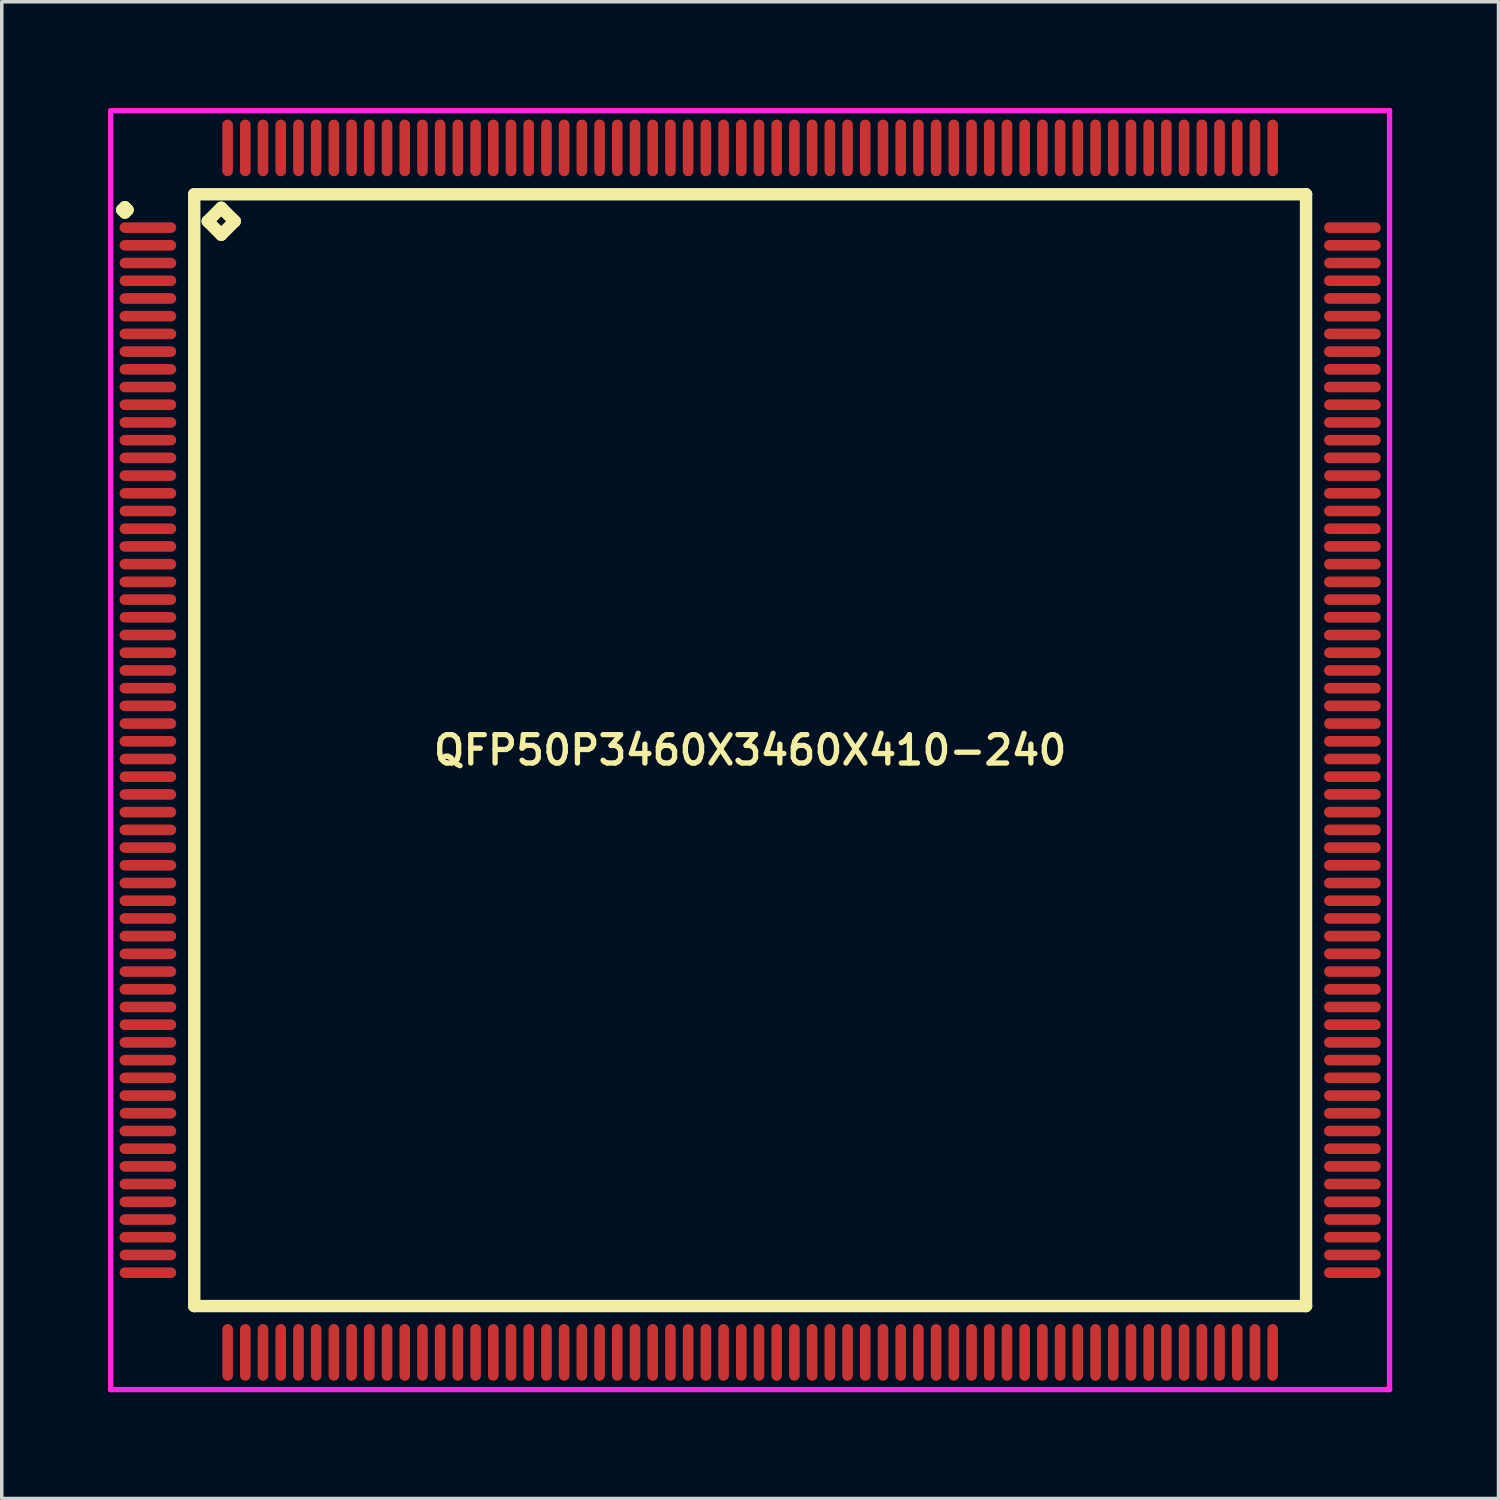
<source format=kicad_pcb>
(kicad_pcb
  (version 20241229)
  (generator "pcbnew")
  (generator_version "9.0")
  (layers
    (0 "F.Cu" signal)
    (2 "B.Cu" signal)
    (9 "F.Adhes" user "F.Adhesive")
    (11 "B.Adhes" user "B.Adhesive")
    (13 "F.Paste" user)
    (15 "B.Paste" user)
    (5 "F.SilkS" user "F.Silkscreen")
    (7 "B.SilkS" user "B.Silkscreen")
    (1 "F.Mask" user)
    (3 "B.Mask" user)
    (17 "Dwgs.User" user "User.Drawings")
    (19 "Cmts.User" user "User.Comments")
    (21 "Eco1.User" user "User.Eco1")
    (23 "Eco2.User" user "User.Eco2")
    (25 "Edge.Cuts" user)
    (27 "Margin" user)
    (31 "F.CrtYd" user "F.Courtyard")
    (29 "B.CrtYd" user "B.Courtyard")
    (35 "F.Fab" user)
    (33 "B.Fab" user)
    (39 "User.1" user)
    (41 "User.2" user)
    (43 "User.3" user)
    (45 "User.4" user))
  (footprint "QFP50P3460X3460X410-240"
    (layer "F.Cu")
    (at 18.125 18.125)
    (property "Reference" "QFP50P3460X3460X410-240" (at 0 0 0) (layer "F.SilkS") (effects (font (size 0.8 0.8) (thickness 0.15))))
    (attr smd)
    (fp_line (start -17.725 -15.25) (end -17.65 -15.325) (stroke (width 0.35) (type solid)) (layer "F.SilkS"))
    (fp_line (start -17.65 -15.325) (end -17.575 -15.25) (stroke (width 0.35) (type solid)) (layer "F.SilkS"))
    (fp_line (start -17.65 -15.175) (end -17.725 -15.25) (stroke (width 0.35) (type solid)) (layer "F.SilkS"))
    (fp_line (start -17.575 -15.25) (end -17.65 -15.175) (stroke (width 0.35) (type solid)) (layer "F.SilkS"))
    (fp_line (start -15.692 -15.692) (end -15.692 15.692) (stroke (width 0.35) (type solid)) (layer "F.SilkS"))
    (fp_line (start -15.692 15.692) (end 15.692 15.692) (stroke (width 0.35) (type solid)) (layer "F.SilkS"))
    (fp_line (start -15.311 -14.93) (end -14.93 -15.311) (stroke (width 0.35) (type solid)) (layer "F.SilkS"))
    (fp_line (start -14.93 -15.311) (end -14.549 -14.93) (stroke (width 0.35) (type solid)) (layer "F.SilkS"))
    (fp_line (start -14.93 -14.549) (end -15.311 -14.93) (stroke (width 0.35) (type solid)) (layer "F.SilkS"))
    (fp_line (start -14.549 -14.93) (end -14.93 -14.549) (stroke (width 0.35) (type solid)) (layer "F.SilkS"))
    (fp_line (start 15.692 -15.692) (end -15.692 -15.692) (stroke (width 0.35) (type solid)) (layer "F.SilkS"))
    (fp_line (start 15.692 15.692) (end 15.692 -15.692) (stroke (width 0.35) (type solid)) (layer "F.SilkS"))
    (fp_line (start -18.05 -18.05) (end 18.05 -18.05) (stroke (width 0.15) (type solid)) (layer "F.CrtYd"))
    (fp_line (start -18.05 18.05) (end -18.05 -18.05) (stroke (width 0.15) (type solid)) (layer "F.CrtYd"))
    (fp_line (start 18.05 -18.05) (end 18.05 18.05) (stroke (width 0.15) (type solid)) (layer "F.CrtYd"))
    (fp_line (start 18.05 18.05) (end -18.05 18.05) (stroke (width 0.15) (type solid)) (layer "F.CrtYd"))
    (pad "1" smd oval (at -17 -14.75) (size 1.6 0.3) (layers "F.Cu" "F.Mask" "F.Paste"))
    (pad "2" smd oval (at -17 -14.25) (size 1.6 0.3) (layers "F.Cu" "F.Mask" "F.Paste"))
    (pad "3" smd oval (at -17 -13.75) (size 1.6 0.3) (layers "F.Cu" "F.Mask" "F.Paste"))
    (pad "4" smd oval (at -17 -13.25) (size 1.6 0.3) (layers "F.Cu" "F.Mask" "F.Paste"))
    (pad "5" smd oval (at -17 -12.75) (size 1.6 0.3) (layers "F.Cu" "F.Mask" "F.Paste"))
    (pad "6" smd oval (at -17 -12.25) (size 1.6 0.3) (layers "F.Cu" "F.Mask" "F.Paste"))
    (pad "7" smd oval (at -17 -11.75) (size 1.6 0.3) (layers "F.Cu" "F.Mask" "F.Paste"))
    (pad "8" smd oval (at -17 -11.25) (size 1.6 0.3) (layers "F.Cu" "F.Mask" "F.Paste"))
    (pad "9" smd oval (at -17 -10.75) (size 1.6 0.3) (layers "F.Cu" "F.Mask" "F.Paste"))
    (pad "10" smd oval (at -17 -10.25) (size 1.6 0.3) (layers "F.Cu" "F.Mask" "F.Paste"))
    (pad "11" smd oval (at -17 -9.75) (size 1.6 0.3) (layers "F.Cu" "F.Mask" "F.Paste"))
    (pad "12" smd oval (at -17 -9.25) (size 1.6 0.3) (layers "F.Cu" "F.Mask" "F.Paste"))
    (pad "13" smd oval (at -17 -8.75) (size 1.6 0.3) (layers "F.Cu" "F.Mask" "F.Paste"))
    (pad "14" smd oval (at -17 -8.25) (size 1.6 0.3) (layers "F.Cu" "F.Mask" "F.Paste"))
    (pad "15" smd oval (at -17 -7.75) (size 1.6 0.3) (layers "F.Cu" "F.Mask" "F.Paste"))
    (pad "16" smd oval (at -17 -7.25) (size 1.6 0.3) (layers "F.Cu" "F.Mask" "F.Paste"))
    (pad "17" smd oval (at -17 -6.75) (size 1.6 0.3) (layers "F.Cu" "F.Mask" "F.Paste"))
    (pad "18" smd oval (at -17 -6.25) (size 1.6 0.3) (layers "F.Cu" "F.Mask" "F.Paste"))
    (pad "19" smd oval (at -17 -5.75) (size 1.6 0.3) (layers "F.Cu" "F.Mask" "F.Paste"))
    (pad "20" smd oval (at -17 -5.25) (size 1.6 0.3) (layers "F.Cu" "F.Mask" "F.Paste"))
    (pad "21" smd oval (at -17 -4.75) (size 1.6 0.3) (layers "F.Cu" "F.Mask" "F.Paste"))
    (pad "22" smd oval (at -17 -4.25) (size 1.6 0.3) (layers "F.Cu" "F.Mask" "F.Paste"))
    (pad "23" smd oval (at -17 -3.75) (size 1.6 0.3) (layers "F.Cu" "F.Mask" "F.Paste"))
    (pad "24" smd oval (at -17 -3.25) (size 1.6 0.3) (layers "F.Cu" "F.Mask" "F.Paste"))
    (pad "25" smd oval (at -17 -2.75) (size 1.6 0.3) (layers "F.Cu" "F.Mask" "F.Paste"))
    (pad "26" smd oval (at -17 -2.25) (size 1.6 0.3) (layers "F.Cu" "F.Mask" "F.Paste"))
    (pad "27" smd oval (at -17 -1.75) (size 1.6 0.3) (layers "F.Cu" "F.Mask" "F.Paste"))
    (pad "28" smd oval (at -17 -1.25) (size 1.6 0.3) (layers "F.Cu" "F.Mask" "F.Paste"))
    (pad "29" smd oval (at -17 -0.75) (size 1.6 0.3) (layers "F.Cu" "F.Mask" "F.Paste"))
    (pad "30" smd oval (at -17 -0.25) (size 1.6 0.3) (layers "F.Cu" "F.Mask" "F.Paste"))
    (pad "31" smd oval (at -17 0.25) (size 1.6 0.3) (layers "F.Cu" "F.Mask" "F.Paste"))
    (pad "32" smd oval (at -17 0.75) (size 1.6 0.3) (layers "F.Cu" "F.Mask" "F.Paste"))
    (pad "33" smd oval (at -17 1.25) (size 1.6 0.3) (layers "F.Cu" "F.Mask" "F.Paste"))
    (pad "34" smd oval (at -17 1.75) (size 1.6 0.3) (layers "F.Cu" "F.Mask" "F.Paste"))
    (pad "35" smd oval (at -17 2.25) (size 1.6 0.3) (layers "F.Cu" "F.Mask" "F.Paste"))
    (pad "36" smd oval (at -17 2.75) (size 1.6 0.3) (layers "F.Cu" "F.Mask" "F.Paste"))
    (pad "37" smd oval (at -17 3.25) (size 1.6 0.3) (layers "F.Cu" "F.Mask" "F.Paste"))
    (pad "38" smd oval (at -17 3.75) (size 1.6 0.3) (layers "F.Cu" "F.Mask" "F.Paste"))
    (pad "39" smd oval (at -17 4.25) (size 1.6 0.3) (layers "F.Cu" "F.Mask" "F.Paste"))
    (pad "40" smd oval (at -17 4.75) (size 1.6 0.3) (layers "F.Cu" "F.Mask" "F.Paste"))
    (pad "41" smd oval (at -17 5.25) (size 1.6 0.3) (layers "F.Cu" "F.Mask" "F.Paste"))
    (pad "42" smd oval (at -17 5.75) (size 1.6 0.3) (layers "F.Cu" "F.Mask" "F.Paste"))
    (pad "43" smd oval (at -17 6.25) (size 1.6 0.3) (layers "F.Cu" "F.Mask" "F.Paste"))
    (pad "44" smd oval (at -17 6.75) (size 1.6 0.3) (layers "F.Cu" "F.Mask" "F.Paste"))
    (pad "45" smd oval (at -17 7.25) (size 1.6 0.3) (layers "F.Cu" "F.Mask" "F.Paste"))
    (pad "46" smd oval (at -17 7.75) (size 1.6 0.3) (layers "F.Cu" "F.Mask" "F.Paste"))
    (pad "47" smd oval (at -17 8.25) (size 1.6 0.3) (layers "F.Cu" "F.Mask" "F.Paste"))
    (pad "48" smd oval (at -17 8.75) (size 1.6 0.3) (layers "F.Cu" "F.Mask" "F.Paste"))
    (pad "49" smd oval (at -17 9.25) (size 1.6 0.3) (layers "F.Cu" "F.Mask" "F.Paste"))
    (pad "50" smd oval (at -17 9.75) (size 1.6 0.3) (layers "F.Cu" "F.Mask" "F.Paste"))
    (pad "51" smd oval (at -17 10.25) (size 1.6 0.3) (layers "F.Cu" "F.Mask" "F.Paste"))
    (pad "52" smd oval (at -17 10.75) (size 1.6 0.3) (layers "F.Cu" "F.Mask" "F.Paste"))
    (pad "53" smd oval (at -17 11.25) (size 1.6 0.3) (layers "F.Cu" "F.Mask" "F.Paste"))
    (pad "54" smd oval (at -17 11.75) (size 1.6 0.3) (layers "F.Cu" "F.Mask" "F.Paste"))
    (pad "55" smd oval (at -17 12.25) (size 1.6 0.3) (layers "F.Cu" "F.Mask" "F.Paste"))
    (pad "56" smd oval (at -17 12.75) (size 1.6 0.3) (layers "F.Cu" "F.Mask" "F.Paste"))
    (pad "57" smd oval (at -17 13.25) (size 1.6 0.3) (layers "F.Cu" "F.Mask" "F.Paste"))
    (pad "58" smd oval (at -17 13.75) (size 1.6 0.3) (layers "F.Cu" "F.Mask" "F.Paste"))
    (pad "59" smd oval (at -17 14.25) (size 1.6 0.3) (layers "F.Cu" "F.Mask" "F.Paste"))
    (pad "60" smd oval (at -17 14.75) (size 1.6 0.3) (layers "F.Cu" "F.Mask" "F.Paste"))
    (pad "61" smd oval (at -14.75 17) (size 0.3 1.6) (layers "F.Cu" "F.Mask" "F.Paste"))
    (pad "62" smd oval (at -14.25 17) (size 0.3 1.6) (layers "F.Cu" "F.Mask" "F.Paste"))
    (pad "63" smd oval (at -13.75 17) (size 0.3 1.6) (layers "F.Cu" "F.Mask" "F.Paste"))
    (pad "64" smd oval (at -13.25 17) (size 0.3 1.6) (layers "F.Cu" "F.Mask" "F.Paste"))
    (pad "65" smd oval (at -12.75 17) (size 0.3 1.6) (layers "F.Cu" "F.Mask" "F.Paste"))
    (pad "66" smd oval (at -12.25 17) (size 0.3 1.6) (layers "F.Cu" "F.Mask" "F.Paste"))
    (pad "67" smd oval (at -11.75 17) (size 0.3 1.6) (layers "F.Cu" "F.Mask" "F.Paste"))
    (pad "68" smd oval (at -11.25 17) (size 0.3 1.6) (layers "F.Cu" "F.Mask" "F.Paste"))
    (pad "69" smd oval (at -10.75 17) (size 0.3 1.6) (layers "F.Cu" "F.Mask" "F.Paste"))
    (pad "70" smd oval (at -10.25 17) (size 0.3 1.6) (layers "F.Cu" "F.Mask" "F.Paste"))
    (pad "71" smd oval (at -9.75 17) (size 0.3 1.6) (layers "F.Cu" "F.Mask" "F.Paste"))
    (pad "72" smd oval (at -9.25 17) (size 0.3 1.6) (layers "F.Cu" "F.Mask" "F.Paste"))
    (pad "73" smd oval (at -8.75 17) (size 0.3 1.6) (layers "F.Cu" "F.Mask" "F.Paste"))
    (pad "74" smd oval (at -8.25 17) (size 0.3 1.6) (layers "F.Cu" "F.Mask" "F.Paste"))
    (pad "75" smd oval (at -7.75 17) (size 0.3 1.6) (layers "F.Cu" "F.Mask" "F.Paste"))
    (pad "76" smd oval (at -7.25 17) (size 0.3 1.6) (layers "F.Cu" "F.Mask" "F.Paste"))
    (pad "77" smd oval (at -6.75 17) (size 0.3 1.6) (layers "F.Cu" "F.Mask" "F.Paste"))
    (pad "78" smd oval (at -6.25 17) (size 0.3 1.6) (layers "F.Cu" "F.Mask" "F.Paste"))
    (pad "79" smd oval (at -5.75 17) (size 0.3 1.6) (layers "F.Cu" "F.Mask" "F.Paste"))
    (pad "80" smd oval (at -5.25 17) (size 0.3 1.6) (layers "F.Cu" "F.Mask" "F.Paste"))
    (pad "81" smd oval (at -4.75 17) (size 0.3 1.6) (layers "F.Cu" "F.Mask" "F.Paste"))
    (pad "82" smd oval (at -4.25 17) (size 0.3 1.6) (layers "F.Cu" "F.Mask" "F.Paste"))
    (pad "83" smd oval (at -3.75 17) (size 0.3 1.6) (layers "F.Cu" "F.Mask" "F.Paste"))
    (pad "84" smd oval (at -3.25 17) (size 0.3 1.6) (layers "F.Cu" "F.Mask" "F.Paste"))
    (pad "85" smd oval (at -2.75 17) (size 0.3 1.6) (layers "F.Cu" "F.Mask" "F.Paste"))
    (pad "86" smd oval (at -2.25 17) (size 0.3 1.6) (layers "F.Cu" "F.Mask" "F.Paste"))
    (pad "87" smd oval (at -1.75 17) (size 0.3 1.6) (layers "F.Cu" "F.Mask" "F.Paste"))
    (pad "88" smd oval (at -1.25 17) (size 0.3 1.6) (layers "F.Cu" "F.Mask" "F.Paste"))
    (pad "89" smd oval (at -0.75 17) (size 0.3 1.6) (layers "F.Cu" "F.Mask" "F.Paste"))
    (pad "90" smd oval (at -0.25 17) (size 0.3 1.6) (layers "F.Cu" "F.Mask" "F.Paste"))
    (pad "91" smd oval (at 0.25 17) (size 0.3 1.6) (layers "F.Cu" "F.Mask" "F.Paste"))
    (pad "92" smd oval (at 0.75 17) (size 0.3 1.6) (layers "F.Cu" "F.Mask" "F.Paste"))
    (pad "93" smd oval (at 1.25 17) (size 0.3 1.6) (layers "F.Cu" "F.Mask" "F.Paste"))
    (pad "94" smd oval (at 1.75 17) (size 0.3 1.6) (layers "F.Cu" "F.Mask" "F.Paste"))
    (pad "95" smd oval (at 2.25 17) (size 0.3 1.6) (layers "F.Cu" "F.Mask" "F.Paste"))
    (pad "96" smd oval (at 2.75 17) (size 0.3 1.6) (layers "F.Cu" "F.Mask" "F.Paste"))
    (pad "97" smd oval (at 3.25 17) (size 0.3 1.6) (layers "F.Cu" "F.Mask" "F.Paste"))
    (pad "98" smd oval (at 3.75 17) (size 0.3 1.6) (layers "F.Cu" "F.Mask" "F.Paste"))
    (pad "99" smd oval (at 4.25 17) (size 0.3 1.6) (layers "F.Cu" "F.Mask" "F.Paste"))
    (pad "100" smd oval (at 4.75 17) (size 0.3 1.6) (layers "F.Cu" "F.Mask" "F.Paste"))
    (pad "101" smd oval (at 5.25 17) (size 0.3 1.6) (layers "F.Cu" "F.Mask" "F.Paste"))
    (pad "102" smd oval (at 5.75 17) (size 0.3 1.6) (layers "F.Cu" "F.Mask" "F.Paste"))
    (pad "103" smd oval (at 6.25 17) (size 0.3 1.6) (layers "F.Cu" "F.Mask" "F.Paste"))
    (pad "104" smd oval (at 6.75 17) (size 0.3 1.6) (layers "F.Cu" "F.Mask" "F.Paste"))
    (pad "105" smd oval (at 7.25 17) (size 0.3 1.6) (layers "F.Cu" "F.Mask" "F.Paste"))
    (pad "106" smd oval (at 7.75 17) (size 0.3 1.6) (layers "F.Cu" "F.Mask" "F.Paste"))
    (pad "107" smd oval (at 8.25 17) (size 0.3 1.6) (layers "F.Cu" "F.Mask" "F.Paste"))
    (pad "108" smd oval (at 8.75 17) (size 0.3 1.6) (layers "F.Cu" "F.Mask" "F.Paste"))
    (pad "109" smd oval (at 9.25 17) (size 0.3 1.6) (layers "F.Cu" "F.Mask" "F.Paste"))
    (pad "110" smd oval (at 9.75 17) (size 0.3 1.6) (layers "F.Cu" "F.Mask" "F.Paste"))
    (pad "111" smd oval (at 10.25 17) (size 0.3 1.6) (layers "F.Cu" "F.Mask" "F.Paste"))
    (pad "112" smd oval (at 10.75 17) (size 0.3 1.6) (layers "F.Cu" "F.Mask" "F.Paste"))
    (pad "113" smd oval (at 11.25 17) (size 0.3 1.6) (layers "F.Cu" "F.Mask" "F.Paste"))
    (pad "114" smd oval (at 11.75 17) (size 0.3 1.6) (layers "F.Cu" "F.Mask" "F.Paste"))
    (pad "115" smd oval (at 12.25 17) (size 0.3 1.6) (layers "F.Cu" "F.Mask" "F.Paste"))
    (pad "116" smd oval (at 12.75 17) (size 0.3 1.6) (layers "F.Cu" "F.Mask" "F.Paste"))
    (pad "117" smd oval (at 13.25 17) (size 0.3 1.6) (layers "F.Cu" "F.Mask" "F.Paste"))
    (pad "118" smd oval (at 13.75 17) (size 0.3 1.6) (layers "F.Cu" "F.Mask" "F.Paste"))
    (pad "119" smd oval (at 14.25 17) (size 0.3 1.6) (layers "F.Cu" "F.Mask" "F.Paste"))
    (pad "120" smd oval (at 14.75 17) (size 0.3 1.6) (layers "F.Cu" "F.Mask" "F.Paste"))
    (pad "121" smd oval (at 17 14.75) (size 1.6 0.3) (layers "F.Cu" "F.Mask" "F.Paste"))
    (pad "122" smd oval (at 17 14.25) (size 1.6 0.3) (layers "F.Cu" "F.Mask" "F.Paste"))
    (pad "123" smd oval (at 17 13.75) (size 1.6 0.3) (layers "F.Cu" "F.Mask" "F.Paste"))
    (pad "124" smd oval (at 17 13.25) (size 1.6 0.3) (layers "F.Cu" "F.Mask" "F.Paste"))
    (pad "125" smd oval (at 17 12.75) (size 1.6 0.3) (layers "F.Cu" "F.Mask" "F.Paste"))
    (pad "126" smd oval (at 17 12.25) (size 1.6 0.3) (layers "F.Cu" "F.Mask" "F.Paste"))
    (pad "127" smd oval (at 17 11.75) (size 1.6 0.3) (layers "F.Cu" "F.Mask" "F.Paste"))
    (pad "128" smd oval (at 17 11.25) (size 1.6 0.3) (layers "F.Cu" "F.Mask" "F.Paste"))
    (pad "129" smd oval (at 17 10.75) (size 1.6 0.3) (layers "F.Cu" "F.Mask" "F.Paste"))
    (pad "130" smd oval (at 17 10.25) (size 1.6 0.3) (layers "F.Cu" "F.Mask" "F.Paste"))
    (pad "131" smd oval (at 17 9.75) (size 1.6 0.3) (layers "F.Cu" "F.Mask" "F.Paste"))
    (pad "132" smd oval (at 17 9.25) (size 1.6 0.3) (layers "F.Cu" "F.Mask" "F.Paste"))
    (pad "133" smd oval (at 17 8.75) (size 1.6 0.3) (layers "F.Cu" "F.Mask" "F.Paste"))
    (pad "134" smd oval (at 17 8.25) (size 1.6 0.3) (layers "F.Cu" "F.Mask" "F.Paste"))
    (pad "135" smd oval (at 17 7.75) (size 1.6 0.3) (layers "F.Cu" "F.Mask" "F.Paste"))
    (pad "136" smd oval (at 17 7.25) (size 1.6 0.3) (layers "F.Cu" "F.Mask" "F.Paste"))
    (pad "137" smd oval (at 17 6.75) (size 1.6 0.3) (layers "F.Cu" "F.Mask" "F.Paste"))
    (pad "138" smd oval (at 17 6.25) (size 1.6 0.3) (layers "F.Cu" "F.Mask" "F.Paste"))
    (pad "139" smd oval (at 17 5.75) (size 1.6 0.3) (layers "F.Cu" "F.Mask" "F.Paste"))
    (pad "140" smd oval (at 17 5.25) (size 1.6 0.3) (layers "F.Cu" "F.Mask" "F.Paste"))
    (pad "141" smd oval (at 17 4.75) (size 1.6 0.3) (layers "F.Cu" "F.Mask" "F.Paste"))
    (pad "142" smd oval (at 17 4.25) (size 1.6 0.3) (layers "F.Cu" "F.Mask" "F.Paste"))
    (pad "143" smd oval (at 17 3.75) (size 1.6 0.3) (layers "F.Cu" "F.Mask" "F.Paste"))
    (pad "144" smd oval (at 17 3.25) (size 1.6 0.3) (layers "F.Cu" "F.Mask" "F.Paste"))
    (pad "145" smd oval (at 17 2.75) (size 1.6 0.3) (layers "F.Cu" "F.Mask" "F.Paste"))
    (pad "146" smd oval (at 17 2.25) (size 1.6 0.3) (layers "F.Cu" "F.Mask" "F.Paste"))
    (pad "147" smd oval (at 17 1.75) (size 1.6 0.3) (layers "F.Cu" "F.Mask" "F.Paste"))
    (pad "148" smd oval (at 17 1.25) (size 1.6 0.3) (layers "F.Cu" "F.Mask" "F.Paste"))
    (pad "149" smd oval (at 17 0.75) (size 1.6 0.3) (layers "F.Cu" "F.Mask" "F.Paste"))
    (pad "150" smd oval (at 17 0.25) (size 1.6 0.3) (layers "F.Cu" "F.Mask" "F.Paste"))
    (pad "151" smd oval (at 17 -0.25) (size 1.6 0.3) (layers "F.Cu" "F.Mask" "F.Paste"))
    (pad "152" smd oval (at 17 -0.75) (size 1.6 0.3) (layers "F.Cu" "F.Mask" "F.Paste"))
    (pad "153" smd oval (at 17 -1.25) (size 1.6 0.3) (layers "F.Cu" "F.Mask" "F.Paste"))
    (pad "154" smd oval (at 17 -1.75) (size 1.6 0.3) (layers "F.Cu" "F.Mask" "F.Paste"))
    (pad "155" smd oval (at 17 -2.25) (size 1.6 0.3) (layers "F.Cu" "F.Mask" "F.Paste"))
    (pad "156" smd oval (at 17 -2.75) (size 1.6 0.3) (layers "F.Cu" "F.Mask" "F.Paste"))
    (pad "157" smd oval (at 17 -3.25) (size 1.6 0.3) (layers "F.Cu" "F.Mask" "F.Paste"))
    (pad "158" smd oval (at 17 -3.75) (size 1.6 0.3) (layers "F.Cu" "F.Mask" "F.Paste"))
    (pad "159" smd oval (at 17 -4.25) (size 1.6 0.3) (layers "F.Cu" "F.Mask" "F.Paste"))
    (pad "160" smd oval (at 17 -4.75) (size 1.6 0.3) (layers "F.Cu" "F.Mask" "F.Paste"))
    (pad "161" smd oval (at 17 -5.25) (size 1.6 0.3) (layers "F.Cu" "F.Mask" "F.Paste"))
    (pad "162" smd oval (at 17 -5.75) (size 1.6 0.3) (layers "F.Cu" "F.Mask" "F.Paste"))
    (pad "163" smd oval (at 17 -6.25) (size 1.6 0.3) (layers "F.Cu" "F.Mask" "F.Paste"))
    (pad "164" smd oval (at 17 -6.75) (size 1.6 0.3) (layers "F.Cu" "F.Mask" "F.Paste"))
    (pad "165" smd oval (at 17 -7.25) (size 1.6 0.3) (layers "F.Cu" "F.Mask" "F.Paste"))
    (pad "166" smd oval (at 17 -7.75) (size 1.6 0.3) (layers "F.Cu" "F.Mask" "F.Paste"))
    (pad "167" smd oval (at 17 -8.25) (size 1.6 0.3) (layers "F.Cu" "F.Mask" "F.Paste"))
    (pad "168" smd oval (at 17 -8.75) (size 1.6 0.3) (layers "F.Cu" "F.Mask" "F.Paste"))
    (pad "169" smd oval (at 17 -9.25) (size 1.6 0.3) (layers "F.Cu" "F.Mask" "F.Paste"))
    (pad "170" smd oval (at 17 -9.75) (size 1.6 0.3) (layers "F.Cu" "F.Mask" "F.Paste"))
    (pad "171" smd oval (at 17 -10.25) (size 1.6 0.3) (layers "F.Cu" "F.Mask" "F.Paste"))
    (pad "172" smd oval (at 17 -10.75) (size 1.6 0.3) (layers "F.Cu" "F.Mask" "F.Paste"))
    (pad "173" smd oval (at 17 -11.25) (size 1.6 0.3) (layers "F.Cu" "F.Mask" "F.Paste"))
    (pad "174" smd oval (at 17 -11.75) (size 1.6 0.3) (layers "F.Cu" "F.Mask" "F.Paste"))
    (pad "175" smd oval (at 17 -12.25) (size 1.6 0.3) (layers "F.Cu" "F.Mask" "F.Paste"))
    (pad "176" smd oval (at 17 -12.75) (size 1.6 0.3) (layers "F.Cu" "F.Mask" "F.Paste"))
    (pad "177" smd oval (at 17 -13.25) (size 1.6 0.3) (layers "F.Cu" "F.Mask" "F.Paste"))
    (pad "178" smd oval (at 17 -13.75) (size 1.6 0.3) (layers "F.Cu" "F.Mask" "F.Paste"))
    (pad "179" smd oval (at 17 -14.25) (size 1.6 0.3) (layers "F.Cu" "F.Mask" "F.Paste"))
    (pad "180" smd oval (at 17 -14.75) (size 1.6 0.3) (layers "F.Cu" "F.Mask" "F.Paste"))
    (pad "181" smd oval (at 14.75 -17) (size 0.3 1.6) (layers "F.Cu" "F.Mask" "F.Paste"))
    (pad "182" smd oval (at 14.25 -17) (size 0.3 1.6) (layers "F.Cu" "F.Mask" "F.Paste"))
    (pad "183" smd oval (at 13.75 -17) (size 0.3 1.6) (layers "F.Cu" "F.Mask" "F.Paste"))
    (pad "184" smd oval (at 13.25 -17) (size 0.3 1.6) (layers "F.Cu" "F.Mask" "F.Paste"))
    (pad "185" smd oval (at 12.75 -17) (size 0.3 1.6) (layers "F.Cu" "F.Mask" "F.Paste"))
    (pad "186" smd oval (at 12.25 -17) (size 0.3 1.6) (layers "F.Cu" "F.Mask" "F.Paste"))
    (pad "187" smd oval (at 11.75 -17) (size 0.3 1.6) (layers "F.Cu" "F.Mask" "F.Paste"))
    (pad "188" smd oval (at 11.25 -17) (size 0.3 1.6) (layers "F.Cu" "F.Mask" "F.Paste"))
    (pad "189" smd oval (at 10.75 -17) (size 0.3 1.6) (layers "F.Cu" "F.Mask" "F.Paste"))
    (pad "190" smd oval (at 10.25 -17) (size 0.3 1.6) (layers "F.Cu" "F.Mask" "F.Paste"))
    (pad "191" smd oval (at 9.75 -17) (size 0.3 1.6) (layers "F.Cu" "F.Mask" "F.Paste"))
    (pad "192" smd oval (at 9.25 -17) (size 0.3 1.6) (layers "F.Cu" "F.Mask" "F.Paste"))
    (pad "193" smd oval (at 8.75 -17) (size 0.3 1.6) (layers "F.Cu" "F.Mask" "F.Paste"))
    (pad "194" smd oval (at 8.25 -17) (size 0.3 1.6) (layers "F.Cu" "F.Mask" "F.Paste"))
    (pad "195" smd oval (at 7.75 -17) (size 0.3 1.6) (layers "F.Cu" "F.Mask" "F.Paste"))
    (pad "196" smd oval (at 7.25 -17) (size 0.3 1.6) (layers "F.Cu" "F.Mask" "F.Paste"))
    (pad "197" smd oval (at 6.75 -17) (size 0.3 1.6) (layers "F.Cu" "F.Mask" "F.Paste"))
    (pad "198" smd oval (at 6.25 -17) (size 0.3 1.6) (layers "F.Cu" "F.Mask" "F.Paste"))
    (pad "199" smd oval (at 5.75 -17) (size 0.3 1.6) (layers "F.Cu" "F.Mask" "F.Paste"))
    (pad "200" smd oval (at 5.25 -17) (size 0.3 1.6) (layers "F.Cu" "F.Mask" "F.Paste"))
    (pad "201" smd oval (at 4.75 -17) (size 0.3 1.6) (layers "F.Cu" "F.Mask" "F.Paste"))
    (pad "202" smd oval (at 4.25 -17) (size 0.3 1.6) (layers "F.Cu" "F.Mask" "F.Paste"))
    (pad "203" smd oval (at 3.75 -17) (size 0.3 1.6) (layers "F.Cu" "F.Mask" "F.Paste"))
    (pad "204" smd oval (at 3.25 -17) (size 0.3 1.6) (layers "F.Cu" "F.Mask" "F.Paste"))
    (pad "205" smd oval (at 2.75 -17) (size 0.3 1.6) (layers "F.Cu" "F.Mask" "F.Paste"))
    (pad "206" smd oval (at 2.25 -17) (size 0.3 1.6) (layers "F.Cu" "F.Mask" "F.Paste"))
    (pad "207" smd oval (at 1.75 -17) (size 0.3 1.6) (layers "F.Cu" "F.Mask" "F.Paste"))
    (pad "208" smd oval (at 1.25 -17) (size 0.3 1.6) (layers "F.Cu" "F.Mask" "F.Paste"))
    (pad "209" smd oval (at 0.75 -17) (size 0.3 1.6) (layers "F.Cu" "F.Mask" "F.Paste"))
    (pad "210" smd oval (at 0.25 -17) (size 0.3 1.6) (layers "F.Cu" "F.Mask" "F.Paste"))
    (pad "211" smd oval (at -0.25 -17) (size 0.3 1.6) (layers "F.Cu" "F.Mask" "F.Paste"))
    (pad "212" smd oval (at -0.75 -17) (size 0.3 1.6) (layers "F.Cu" "F.Mask" "F.Paste"))
    (pad "213" smd oval (at -1.25 -17) (size 0.3 1.6) (layers "F.Cu" "F.Mask" "F.Paste"))
    (pad "214" smd oval (at -1.75 -17) (size 0.3 1.6) (layers "F.Cu" "F.Mask" "F.Paste"))
    (pad "215" smd oval (at -2.25 -17) (size 0.3 1.6) (layers "F.Cu" "F.Mask" "F.Paste"))
    (pad "216" smd oval (at -2.75 -17) (size 0.3 1.6) (layers "F.Cu" "F.Mask" "F.Paste"))
    (pad "217" smd oval (at -3.25 -17) (size 0.3 1.6) (layers "F.Cu" "F.Mask" "F.Paste"))
    (pad "218" smd oval (at -3.75 -17) (size 0.3 1.6) (layers "F.Cu" "F.Mask" "F.Paste"))
    (pad "219" smd oval (at -4.25 -17) (size 0.3 1.6) (layers "F.Cu" "F.Mask" "F.Paste"))
    (pad "220" smd oval (at -4.75 -17) (size 0.3 1.6) (layers "F.Cu" "F.Mask" "F.Paste"))
    (pad "221" smd oval (at -5.25 -17) (size 0.3 1.6) (layers "F.Cu" "F.Mask" "F.Paste"))
    (pad "222" smd oval (at -5.75 -17) (size 0.3 1.6) (layers "F.Cu" "F.Mask" "F.Paste"))
    (pad "223" smd oval (at -6.25 -17) (size 0.3 1.6) (layers "F.Cu" "F.Mask" "F.Paste"))
    (pad "224" smd oval (at -6.75 -17) (size 0.3 1.6) (layers "F.Cu" "F.Mask" "F.Paste"))
    (pad "225" smd oval (at -7.25 -17) (size 0.3 1.6) (layers "F.Cu" "F.Mask" "F.Paste"))
    (pad "226" smd oval (at -7.75 -17) (size 0.3 1.6) (layers "F.Cu" "F.Mask" "F.Paste"))
    (pad "227" smd oval (at -8.25 -17) (size 0.3 1.6) (layers "F.Cu" "F.Mask" "F.Paste"))
    (pad "228" smd oval (at -8.75 -17) (size 0.3 1.6) (layers "F.Cu" "F.Mask" "F.Paste"))
    (pad "229" smd oval (at -9.25 -17) (size 0.3 1.6) (layers "F.Cu" "F.Mask" "F.Paste"))
    (pad "230" smd oval (at -9.75 -17) (size 0.3 1.6) (layers "F.Cu" "F.Mask" "F.Paste"))
    (pad "231" smd oval (at -10.25 -17) (size 0.3 1.6) (layers "F.Cu" "F.Mask" "F.Paste"))
    (pad "232" smd oval (at -10.75 -17) (size 0.3 1.6) (layers "F.Cu" "F.Mask" "F.Paste"))
    (pad "233" smd oval (at -11.25 -17) (size 0.3 1.6) (layers "F.Cu" "F.Mask" "F.Paste"))
    (pad "234" smd oval (at -11.75 -17) (size 0.3 1.6) (layers "F.Cu" "F.Mask" "F.Paste"))
    (pad "235" smd oval (at -12.25 -17) (size 0.3 1.6) (layers "F.Cu" "F.Mask" "F.Paste"))
    (pad "236" smd oval (at -12.75 -17) (size 0.3 1.6) (layers "F.Cu" "F.Mask" "F.Paste"))
    (pad "237" smd oval (at -13.25 -17) (size 0.3 1.6) (layers "F.Cu" "F.Mask" "F.Paste"))
    (pad "238" smd oval (at -13.75 -17) (size 0.3 1.6) (layers "F.Cu" "F.Mask" "F.Paste"))
    (pad "239" smd oval (at -14.25 -17) (size 0.3 1.6) (layers "F.Cu" "F.Mask" "F.Paste"))
    (pad "240" smd oval (at -14.75 -17) (size 0.3 1.6) (layers "F.Cu" "F.Mask" "F.Paste")))
  (gr_rect
    (start -3 -3)
    (end 39.25 39.25)
    (stroke (width 0.1) (type default))
    (fill no)
    (layer "Edge.Cuts")))
</source>
